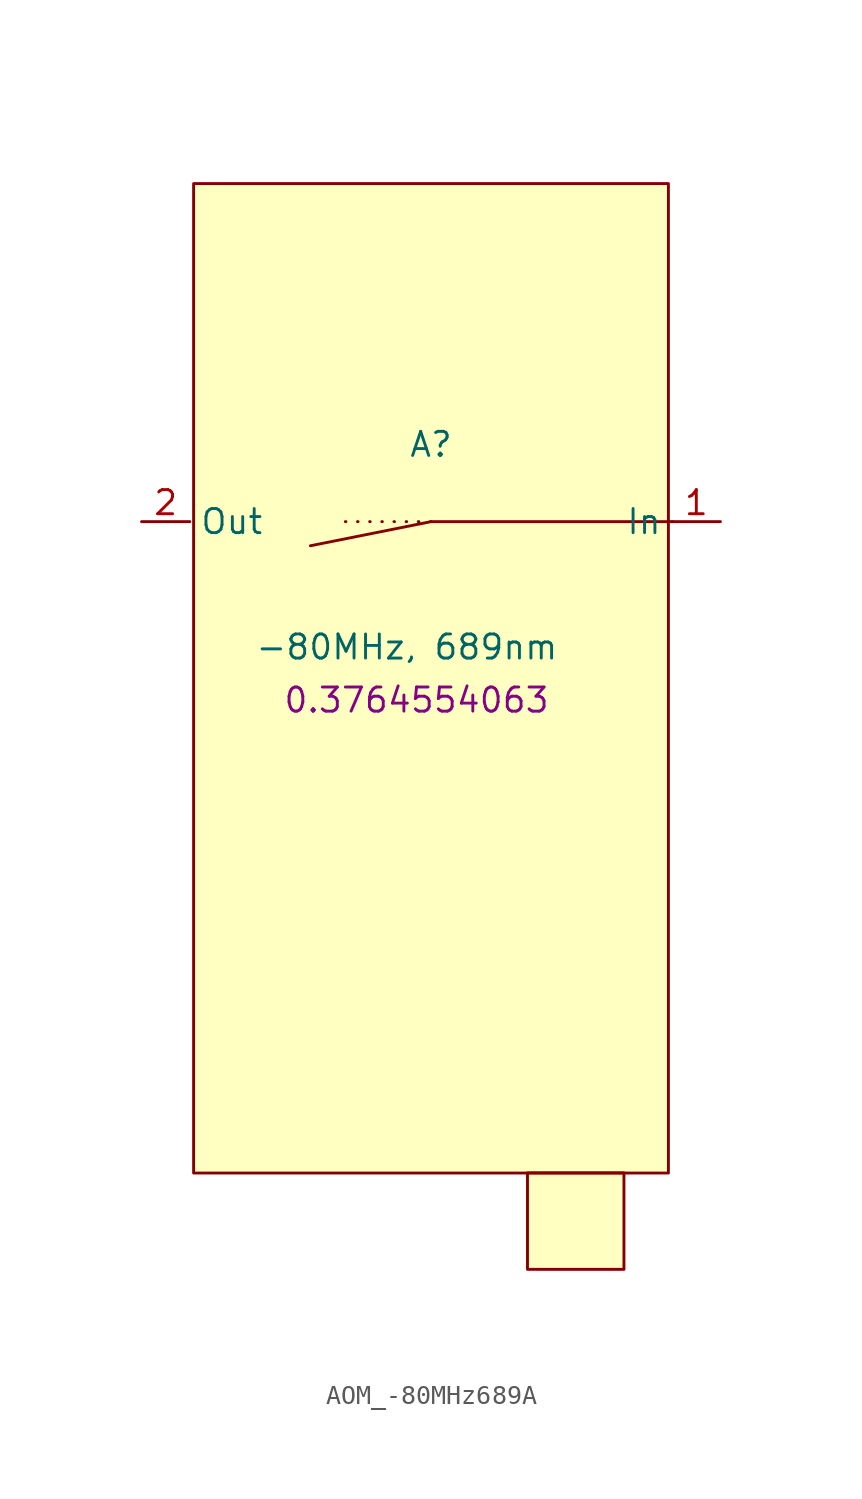
<source format=kicad_sym>
(kicad_symbol_lib
  (version 20241209)
  (generator "kicad_symbol_editor")
  (generator_version "9.0")
  (symbol "AOM_-80MHz689A"
    (property "Reference" "A"
      (at 0 4.064 0)
      (effects (font (size 1.27 1.27))))
    (property "Value" "-80MHz, 689nm"
      (at -1.27 -6.604 0)
      (effects (font (size 1.27 1.27))))
    (property "Angle" "0.3764554063"
      (at -0.762 -9.398 0)
      (effects (font (size 1.27 1.27))))
    (symbol "AOM_-80MHz689A_1_1"
      (rectangle (start -12.5 17.8) (end 12.5 -34.3) (stroke (width 0) (type default)) (fill (type background)))
      (polyline (pts (xy 0 0) (xy -5.08 0)) (stroke (width 0) (type dot)) (fill (type none)))
      (rectangle (start 5.08 -34.29) (end 10.16 -39.37) (stroke (width 0) (type default)) (fill (type background)))
      (polyline (pts (xy 12.7 0) (xy 0 0) (xy -6.35 -1.27)) (stroke (width 0) (type solid)) (fill (type none)))
      (pin passive line (at -15.24 0 0) (length 2.54) (name "Out" (effects (font (size 1.27 1.27)))) (number "2" (effects (font (size 1.27 1.27)))))
      (pin passive line (at 15.24 0 180) (length 2.54) (name "In" (effects (font (size 1.27 1.27)))) (number "1" (effects (font (size 1.27 1.27))))))))
</source>
